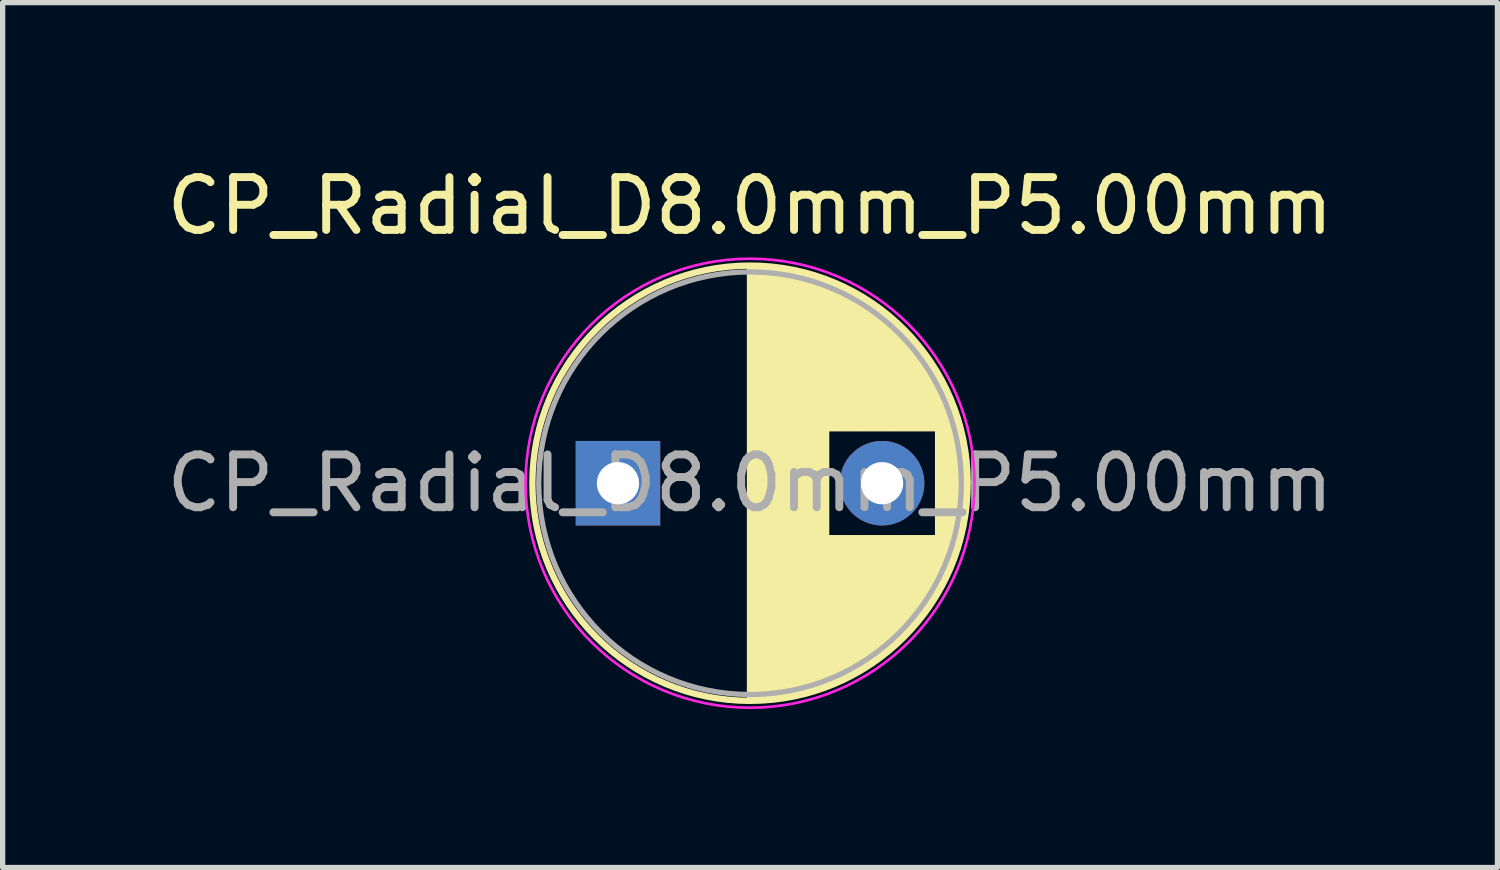
<source format=kicad_pcb>
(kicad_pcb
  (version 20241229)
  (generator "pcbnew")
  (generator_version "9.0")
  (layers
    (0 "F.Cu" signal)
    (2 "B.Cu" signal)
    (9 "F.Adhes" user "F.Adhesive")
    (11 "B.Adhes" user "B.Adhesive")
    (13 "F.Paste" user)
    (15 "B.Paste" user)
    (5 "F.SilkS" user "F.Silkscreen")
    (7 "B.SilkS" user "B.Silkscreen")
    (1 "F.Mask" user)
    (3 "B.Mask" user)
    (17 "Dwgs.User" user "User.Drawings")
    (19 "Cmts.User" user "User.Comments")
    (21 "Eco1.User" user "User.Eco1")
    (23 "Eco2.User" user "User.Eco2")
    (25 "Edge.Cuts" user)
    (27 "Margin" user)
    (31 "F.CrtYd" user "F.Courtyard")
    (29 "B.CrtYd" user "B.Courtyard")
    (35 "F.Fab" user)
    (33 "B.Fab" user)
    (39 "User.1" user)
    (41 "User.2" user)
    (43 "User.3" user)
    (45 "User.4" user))
  (footprint "CP_Radial_D8.0mm_P5.00mm"
    (layer "F.Cu")
    (at 8.649 6.098)
    (property "Reference" "CP_Radial_D8.0mm_P5.00mm" (at 2.5 -5.25 0) (layer "F.SilkS") (effects (font (size 1 1) (thickness 0.15))))
    (attr through_hole)
    (fp_line (start 2.5 -4.08) (end 2.5 4.08) (stroke (width 0.12) (type solid)) (layer "F.SilkS"))
    (fp_line (start 2.54 -4.08) (end 2.54 4.08) (stroke (width 0.12) (type solid)) (layer "F.SilkS"))
    (fp_line (start 2.58 -4.08) (end 2.58 4.08) (stroke (width 0.12) (type solid)) (layer "F.SilkS"))
    (fp_line (start 2.62 -4.079) (end 2.62 4.079) (stroke (width 0.12) (type solid)) (layer "F.SilkS"))
    (fp_line (start 2.66 -4.077) (end 2.66 4.077) (stroke (width 0.12) (type solid)) (layer "F.SilkS"))
    (fp_line (start 2.7 -4.076) (end 2.7 4.076) (stroke (width 0.12) (type solid)) (layer "F.SilkS"))
    (fp_line (start 2.74 -4.074) (end 2.74 4.074) (stroke (width 0.12) (type solid)) (layer "F.SilkS"))
    (fp_line (start 2.78 -4.071) (end 2.78 4.071) (stroke (width 0.12) (type solid)) (layer "F.SilkS"))
    (fp_line (start 2.82 -4.068) (end 2.82 4.068) (stroke (width 0.12) (type solid)) (layer "F.SilkS"))
    (fp_line (start 2.86 -4.065) (end 2.86 4.065) (stroke (width 0.12) (type solid)) (layer "F.SilkS"))
    (fp_line (start 2.9 -4.061) (end 2.9 4.061) (stroke (width 0.12) (type solid)) (layer "F.SilkS"))
    (fp_line (start 2.94 -4.057) (end 2.94 4.057) (stroke (width 0.12) (type solid)) (layer "F.SilkS"))
    (fp_line (start 2.98 -4.052) (end 2.98 4.052) (stroke (width 0.12) (type solid)) (layer "F.SilkS"))
    (fp_line (start 3.02 -4.048) (end 3.02 4.048) (stroke (width 0.12) (type solid)) (layer "F.SilkS"))
    (fp_line (start 3.06 -4.042) (end 3.06 4.042) (stroke (width 0.12) (type solid)) (layer "F.SilkS"))
    (fp_line (start 3.1 -4.037) (end 3.1 4.037) (stroke (width 0.12) (type solid)) (layer "F.SilkS"))
    (fp_line (start 3.14 -4.03) (end 3.14 4.03) (stroke (width 0.12) (type solid)) (layer "F.SilkS"))
    (fp_line (start 3.18 -4.024) (end 3.18 4.024) (stroke (width 0.12) (type solid)) (layer "F.SilkS"))
    (fp_line (start 3.221 -4.017) (end 3.221 4.017) (stroke (width 0.12) (type solid)) (layer "F.SilkS"))
    (fp_line (start 3.261 -4.01) (end 3.261 4.01) (stroke (width 0.12) (type solid)) (layer "F.SilkS"))
    (fp_line (start 3.301 -4.002) (end 3.301 4.002) (stroke (width 0.12) (type solid)) (layer "F.SilkS"))
    (fp_line (start 3.341 -3.994) (end 3.341 3.994) (stroke (width 0.12) (type solid)) (layer "F.SilkS"))
    (fp_line (start 3.381 -3.985) (end 3.381 3.985) (stroke (width 0.12) (type solid)) (layer "F.SilkS"))
    (fp_line (start 3.421 -3.976) (end 3.421 3.976) (stroke (width 0.12) (type solid)) (layer "F.SilkS"))
    (fp_line (start 3.461 -3.967) (end 3.461 3.967) (stroke (width 0.12) (type solid)) (layer "F.SilkS"))
    (fp_line (start 3.501 -3.957) (end 3.501 3.957) (stroke (width 0.12) (type solid)) (layer "F.SilkS"))
    (fp_line (start 3.541 -3.947) (end 3.541 3.947) (stroke (width 0.12) (type solid)) (layer "F.SilkS"))
    (fp_line (start 3.581 -3.936) (end 3.581 3.936) (stroke (width 0.12) (type solid)) (layer "F.SilkS"))
    (fp_line (start 3.621 -3.925) (end 3.621 3.925) (stroke (width 0.12) (type solid)) (layer "F.SilkS"))
    (fp_line (start 3.661 -3.914) (end 3.661 3.914) (stroke (width 0.12) (type solid)) (layer "F.SilkS"))
    (fp_line (start 3.701 -3.902) (end 3.701 3.902) (stroke (width 0.12) (type solid)) (layer "F.SilkS"))
    (fp_line (start 3.741 -3.889) (end 3.741 3.889) (stroke (width 0.12) (type solid)) (layer "F.SilkS"))
    (fp_line (start 3.781 -3.877) (end 3.781 3.877) (stroke (width 0.12) (type solid)) (layer "F.SilkS"))
    (fp_line (start 3.821 -3.863) (end 3.821 3.863) (stroke (width 0.12) (type solid)) (layer "F.SilkS"))
    (fp_line (start 3.861 -3.85) (end 3.861 3.85) (stroke (width 0.12) (type solid)) (layer "F.SilkS"))
    (fp_line (start 3.901 -3.835) (end 3.901 3.835) (stroke (width 0.12) (type solid)) (layer "F.SilkS"))
    (fp_line (start 3.941 -3.821) (end 3.941 3.821) (stroke (width 0.12) (type solid)) (layer "F.SilkS"))
    (fp_line (start 3.981 -3.805) (end 3.981 -1.04) (stroke (width 0.12) (type solid)) (layer "F.SilkS"))
    (fp_line (start 3.981 1.04) (end 3.981 3.805) (stroke (width 0.12) (type solid)) (layer "F.SilkS"))
    (fp_line (start 4.021 -3.79) (end 4.021 -1.04) (stroke (width 0.12) (type solid)) (layer "F.SilkS"))
    (fp_line (start 4.021 1.04) (end 4.021 3.79) (stroke (width 0.12) (type solid)) (layer "F.SilkS"))
    (fp_line (start 4.061 -3.774) (end 4.061 -1.04) (stroke (width 0.12) (type solid)) (layer "F.SilkS"))
    (fp_line (start 4.061 1.04) (end 4.061 3.774) (stroke (width 0.12) (type solid)) (layer "F.SilkS"))
    (fp_line (start 4.101 -3.757) (end 4.101 -1.04) (stroke (width 0.12) (type solid)) (layer "F.SilkS"))
    (fp_line (start 4.101 1.04) (end 4.101 3.757) (stroke (width 0.12) (type solid)) (layer "F.SilkS"))
    (fp_line (start 4.141 -3.74) (end 4.141 -1.04) (stroke (width 0.12) (type solid)) (layer "F.SilkS"))
    (fp_line (start 4.141 1.04) (end 4.141 3.74) (stroke (width 0.12) (type solid)) (layer "F.SilkS"))
    (fp_line (start 4.181 -3.722) (end 4.181 -1.04) (stroke (width 0.12) (type solid)) (layer "F.SilkS"))
    (fp_line (start 4.181 1.04) (end 4.181 3.722) (stroke (width 0.12) (type solid)) (layer "F.SilkS"))
    (fp_line (start 4.221 -3.704) (end 4.221 -1.04) (stroke (width 0.12) (type solid)) (layer "F.SilkS"))
    (fp_line (start 4.221 1.04) (end 4.221 3.704) (stroke (width 0.12) (type solid)) (layer "F.SilkS"))
    (fp_line (start 4.261 -3.686) (end 4.261 -1.04) (stroke (width 0.12) (type solid)) (layer "F.SilkS"))
    (fp_line (start 4.261 1.04) (end 4.261 3.686) (stroke (width 0.12) (type solid)) (layer "F.SilkS"))
    (fp_line (start 4.301 -3.666) (end 4.301 -1.04) (stroke (width 0.12) (type solid)) (layer "F.SilkS"))
    (fp_line (start 4.301 1.04) (end 4.301 3.666) (stroke (width 0.12) (type solid)) (layer "F.SilkS"))
    (fp_line (start 4.341 -3.647) (end 4.341 -1.04) (stroke (width 0.12) (type solid)) (layer "F.SilkS"))
    (fp_line (start 4.341 1.04) (end 4.341 3.647) (stroke (width 0.12) (type solid)) (layer "F.SilkS"))
    (fp_line (start 4.381 -3.627) (end 4.381 -1.04) (stroke (width 0.12) (type solid)) (layer "F.SilkS"))
    (fp_line (start 4.381 1.04) (end 4.381 3.627) (stroke (width 0.12) (type solid)) (layer "F.SilkS"))
    (fp_line (start 4.421 -3.606) (end 4.421 -1.04) (stroke (width 0.12) (type solid)) (layer "F.SilkS"))
    (fp_line (start 4.421 1.04) (end 4.421 3.606) (stroke (width 0.12) (type solid)) (layer "F.SilkS"))
    (fp_line (start 4.461 -3.584) (end 4.461 -1.04) (stroke (width 0.12) (type solid)) (layer "F.SilkS"))
    (fp_line (start 4.461 1.04) (end 4.461 3.584) (stroke (width 0.12) (type solid)) (layer "F.SilkS"))
    (fp_line (start 4.501 -3.562) (end 4.501 -1.04) (stroke (width 0.12) (type solid)) (layer "F.SilkS"))
    (fp_line (start 4.501 1.04) (end 4.501 3.562) (stroke (width 0.12) (type solid)) (layer "F.SilkS"))
    (fp_line (start 4.541 -3.54) (end 4.541 -1.04) (stroke (width 0.12) (type solid)) (layer "F.SilkS"))
    (fp_line (start 4.541 1.04) (end 4.541 3.54) (stroke (width 0.12) (type solid)) (layer "F.SilkS"))
    (fp_line (start 4.581 -3.517) (end 4.581 -1.04) (stroke (width 0.12) (type solid)) (layer "F.SilkS"))
    (fp_line (start 4.581 1.04) (end 4.581 3.517) (stroke (width 0.12) (type solid)) (layer "F.SilkS"))
    (fp_line (start 4.621 -3.493) (end 4.621 -1.04) (stroke (width 0.12) (type solid)) (layer "F.SilkS"))
    (fp_line (start 4.621 1.04) (end 4.621 3.493) (stroke (width 0.12) (type solid)) (layer "F.SilkS"))
    (fp_line (start 4.661 -3.469) (end 4.661 -1.04) (stroke (width 0.12) (type solid)) (layer "F.SilkS"))
    (fp_line (start 4.661 1.04) (end 4.661 3.469) (stroke (width 0.12) (type solid)) (layer "F.SilkS"))
    (fp_line (start 4.701 -3.444) (end 4.701 -1.04) (stroke (width 0.12) (type solid)) (layer "F.SilkS"))
    (fp_line (start 4.701 1.04) (end 4.701 3.444) (stroke (width 0.12) (type solid)) (layer "F.SilkS"))
    (fp_line (start 4.741 -3.418) (end 4.741 -1.04) (stroke (width 0.12) (type solid)) (layer "F.SilkS"))
    (fp_line (start 4.741 1.04) (end 4.741 3.418) (stroke (width 0.12) (type solid)) (layer "F.SilkS"))
    (fp_line (start 4.781 -3.392) (end 4.781 -1.04) (stroke (width 0.12) (type solid)) (layer "F.SilkS"))
    (fp_line (start 4.781 1.04) (end 4.781 3.392) (stroke (width 0.12) (type solid)) (layer "F.SilkS"))
    (fp_line (start 4.821 -3.365) (end 4.821 -1.04) (stroke (width 0.12) (type solid)) (layer "F.SilkS"))
    (fp_line (start 4.821 1.04) (end 4.821 3.365) (stroke (width 0.12) (type solid)) (layer "F.SilkS"))
    (fp_line (start 4.861 -3.338) (end 4.861 -1.04) (stroke (width 0.12) (type solid)) (layer "F.SilkS"))
    (fp_line (start 4.861 1.04) (end 4.861 3.338) (stroke (width 0.12) (type solid)) (layer "F.SilkS"))
    (fp_line (start 4.901 -3.309) (end 4.901 -1.04) (stroke (width 0.12) (type solid)) (layer "F.SilkS"))
    (fp_line (start 4.901 1.04) (end 4.901 3.309) (stroke (width 0.12) (type solid)) (layer "F.SilkS"))
    (fp_line (start 4.941 -3.28) (end 4.941 -1.04) (stroke (width 0.12) (type solid)) (layer "F.SilkS"))
    (fp_line (start 4.941 1.04) (end 4.941 3.28) (stroke (width 0.12) (type solid)) (layer "F.SilkS"))
    (fp_line (start 4.981 -3.25) (end 4.981 -1.04) (stroke (width 0.12) (type solid)) (layer "F.SilkS"))
    (fp_line (start 4.981 1.04) (end 4.981 3.25) (stroke (width 0.12) (type solid)) (layer "F.SilkS"))
    (fp_line (start 5.021 -3.22) (end 5.021 -1.04) (stroke (width 0.12) (type solid)) (layer "F.SilkS"))
    (fp_line (start 5.021 1.04) (end 5.021 3.22) (stroke (width 0.12) (type solid)) (layer "F.SilkS"))
    (fp_line (start 5.061 -3.189) (end 5.061 -1.04) (stroke (width 0.12) (type solid)) (layer "F.SilkS"))
    (fp_line (start 5.061 1.04) (end 5.061 3.189) (stroke (width 0.12) (type solid)) (layer "F.SilkS"))
    (fp_line (start 5.101 -3.156) (end 5.101 -1.04) (stroke (width 0.12) (type solid)) (layer "F.SilkS"))
    (fp_line (start 5.101 1.04) (end 5.101 3.156) (stroke (width 0.12) (type solid)) (layer "F.SilkS"))
    (fp_line (start 5.141 -3.124) (end 5.141 -1.04) (stroke (width 0.12) (type solid)) (layer "F.SilkS"))
    (fp_line (start 5.141 1.04) (end 5.141 3.124) (stroke (width 0.12) (type solid)) (layer "F.SilkS"))
    (fp_line (start 5.181 -3.09) (end 5.181 -1.04) (stroke (width 0.12) (type solid)) (layer "F.SilkS"))
    (fp_line (start 5.181 1.04) (end 5.181 3.09) (stroke (width 0.12) (type solid)) (layer "F.SilkS"))
    (fp_line (start 5.221 -3.055) (end 5.221 -1.04) (stroke (width 0.12) (type solid)) (layer "F.SilkS"))
    (fp_line (start 5.221 1.04) (end 5.221 3.055) (stroke (width 0.12) (type solid)) (layer "F.SilkS"))
    (fp_line (start 5.261 -3.019) (end 5.261 -1.04) (stroke (width 0.12) (type solid)) (layer "F.SilkS"))
    (fp_line (start 5.261 1.04) (end 5.261 3.019) (stroke (width 0.12) (type solid)) (layer "F.SilkS"))
    (fp_line (start 5.301 -2.983) (end 5.301 -1.04) (stroke (width 0.12) (type solid)) (layer "F.SilkS"))
    (fp_line (start 5.301 1.04) (end 5.301 2.983) (stroke (width 0.12) (type solid)) (layer "F.SilkS"))
    (fp_line (start 5.341 -2.945) (end 5.341 -1.04) (stroke (width 0.12) (type solid)) (layer "F.SilkS"))
    (fp_line (start 5.341 1.04) (end 5.341 2.945) (stroke (width 0.12) (type solid)) (layer "F.SilkS"))
    (fp_line (start 5.381 -2.907) (end 5.381 -1.04) (stroke (width 0.12) (type solid)) (layer "F.SilkS"))
    (fp_line (start 5.381 1.04) (end 5.381 2.907) (stroke (width 0.12) (type solid)) (layer "F.SilkS"))
    (fp_line (start 5.421 -2.867) (end 5.421 -1.04) (stroke (width 0.12) (type solid)) (layer "F.SilkS"))
    (fp_line (start 5.421 1.04) (end 5.421 2.867) (stroke (width 0.12) (type solid)) (layer "F.SilkS"))
    (fp_line (start 5.461 -2.826) (end 5.461 -1.04) (stroke (width 0.12) (type solid)) (layer "F.SilkS"))
    (fp_line (start 5.461 1.04) (end 5.461 2.826) (stroke (width 0.12) (type solid)) (layer "F.SilkS"))
    (fp_line (start 5.501 -2.784) (end 5.501 -1.04) (stroke (width 0.12) (type solid)) (layer "F.SilkS"))
    (fp_line (start 5.501 1.04) (end 5.501 2.784) (stroke (width 0.12) (type solid)) (layer "F.SilkS"))
    (fp_line (start 5.541 -2.741) (end 5.541 -1.04) (stroke (width 0.12) (type solid)) (layer "F.SilkS"))
    (fp_line (start 5.541 1.04) (end 5.541 2.741) (stroke (width 0.12) (type solid)) (layer "F.SilkS"))
    (fp_line (start 5.581 -2.697) (end 5.581 -1.04) (stroke (width 0.12) (type solid)) (layer "F.SilkS"))
    (fp_line (start 5.581 1.04) (end 5.581 2.697) (stroke (width 0.12) (type solid)) (layer "F.SilkS"))
    (fp_line (start 5.621 -2.651) (end 5.621 -1.04) (stroke (width 0.12) (type solid)) (layer "F.SilkS"))
    (fp_line (start 5.621 1.04) (end 5.621 2.651) (stroke (width 0.12) (type solid)) (layer "F.SilkS"))
    (fp_line (start 5.661 -2.604) (end 5.661 -1.04) (stroke (width 0.12) (type solid)) (layer "F.SilkS"))
    (fp_line (start 5.661 1.04) (end 5.661 2.604) (stroke (width 0.12) (type solid)) (layer "F.SilkS"))
    (fp_line (start 5.701 -2.556) (end 5.701 -1.04) (stroke (width 0.12) (type solid)) (layer "F.SilkS"))
    (fp_line (start 5.701 1.04) (end 5.701 2.556) (stroke (width 0.12) (type solid)) (layer "F.SilkS"))
    (fp_line (start 5.741 -2.505) (end 5.741 -1.04) (stroke (width 0.12) (type solid)) (layer "F.SilkS"))
    (fp_line (start 5.741 1.04) (end 5.741 2.505) (stroke (width 0.12) (type solid)) (layer "F.SilkS"))
    (fp_line (start 5.781 -2.454) (end 5.781 -1.04) (stroke (width 0.12) (type solid)) (layer "F.SilkS"))
    (fp_line (start 5.781 1.04) (end 5.781 2.454) (stroke (width 0.12) (type solid)) (layer "F.SilkS"))
    (fp_line (start 5.821 -2.4) (end 5.821 -1.04) (stroke (width 0.12) (type solid)) (layer "F.SilkS"))
    (fp_line (start 5.821 1.04) (end 5.821 2.4) (stroke (width 0.12) (type solid)) (layer "F.SilkS"))
    (fp_line (start 5.861 -2.345) (end 5.861 -1.04) (stroke (width 0.12) (type solid)) (layer "F.SilkS"))
    (fp_line (start 5.861 1.04) (end 5.861 2.345) (stroke (width 0.12) (type solid)) (layer "F.SilkS"))
    (fp_line (start 5.901 -2.287) (end 5.901 -1.04) (stroke (width 0.12) (type solid)) (layer "F.SilkS"))
    (fp_line (start 5.901 1.04) (end 5.901 2.287) (stroke (width 0.12) (type solid)) (layer "F.SilkS"))
    (fp_line (start 5.941 -2.228) (end 5.941 -1.04) (stroke (width 0.12) (type solid)) (layer "F.SilkS"))
    (fp_line (start 5.941 1.04) (end 5.941 2.228) (stroke (width 0.12) (type solid)) (layer "F.SilkS"))
    (fp_line (start 5.981 -2.166) (end 5.981 -1.04) (stroke (width 0.12) (type solid)) (layer "F.SilkS"))
    (fp_line (start 5.981 1.04) (end 5.981 2.166) (stroke (width 0.12) (type solid)) (layer "F.SilkS"))
    (fp_line (start 6.021 -2.102) (end 6.021 -1.04) (stroke (width 0.12) (type solid)) (layer "F.SilkS"))
    (fp_line (start 6.021 1.04) (end 6.021 2.102) (stroke (width 0.12) (type solid)) (layer "F.SilkS"))
    (fp_line (start 6.061 -2.034) (end 6.061 2.034) (stroke (width 0.12) (type solid)) (layer "F.SilkS"))
    (fp_line (start 6.101 -1.964) (end 6.101 1.964) (stroke (width 0.12) (type solid)) (layer "F.SilkS"))
    (fp_line (start 6.141 -1.89) (end 6.141 1.89) (stroke (width 0.12) (type solid)) (layer "F.SilkS"))
    (fp_line (start 6.181 -1.813) (end 6.181 1.813) (stroke (width 0.12) (type solid)) (layer "F.SilkS"))
    (fp_line (start 6.221 -1.731) (end 6.221 1.731) (stroke (width 0.12) (type solid)) (layer "F.SilkS"))
    (fp_line (start 6.261 -1.645) (end 6.261 1.645) (stroke (width 0.12) (type solid)) (layer "F.SilkS"))
    (fp_line (start 6.301 -1.552) (end 6.301 1.552) (stroke (width 0.12) (type solid)) (layer "F.SilkS"))
    (fp_line (start 6.341 -1.453) (end 6.341 1.453) (stroke (width 0.12) (type solid)) (layer "F.SilkS"))
    (fp_line (start 6.381 -1.346) (end 6.381 1.346) (stroke (width 0.12) (type solid)) (layer "F.SilkS"))
    (fp_line (start 6.421 -1.229) (end 6.421 1.229) (stroke (width 0.12) (type solid)) (layer "F.SilkS"))
    (fp_line (start 6.461 -1.098) (end 6.461 1.098) (stroke (width 0.12) (type solid)) (layer "F.SilkS"))
    (fp_line (start 6.501 -0.948) (end 6.501 0.948) (stroke (width 0.12) (type solid)) (layer "F.SilkS"))
    (fp_line (start 6.541 -0.768) (end 6.541 0.768) (stroke (width 0.12) (type solid)) (layer "F.SilkS"))
    (fp_line (start 6.581 -0.533) (end 6.581 0.533) (stroke (width 0.12) (type solid)) (layer "F.SilkS"))
    (fp_circle (center 2.5 0) (end 6.62 0) (stroke (width 0.12) (type solid)) (fill no) (layer "F.SilkS"))
    (fp_circle (center 2.5 0) (end 6.75 0) (stroke (width 0.05) (type solid)) (fill no) (layer "F.CrtYd"))
    (fp_circle (center 2.5 0) (end 6.5 0) (stroke (width 0.1) (type solid)) (fill no) (layer "F.Fab"))
    (fp_text user "${REFERENCE}" (at 2.5 0 0) (layer "F.Fab") (effects (font (size 1 1) (thickness 0.15))))
    (pad "1" thru_hole rect (at 0 0) (size 1.6 1.6) (drill 0.8) (layers "*.Cu" "*.Mask"))
    (pad "2" thru_hole circle (at 5 0) (size 1.6 1.6) (drill 0.8) (layers "*.Cu" "*.Mask")))
  (gr_rect
    (start -3 -3)
    (end 25.298 13.373)
    (stroke (width 0.1) (type default))
    (fill no)
    (layer "Edge.Cuts")))
</source>
